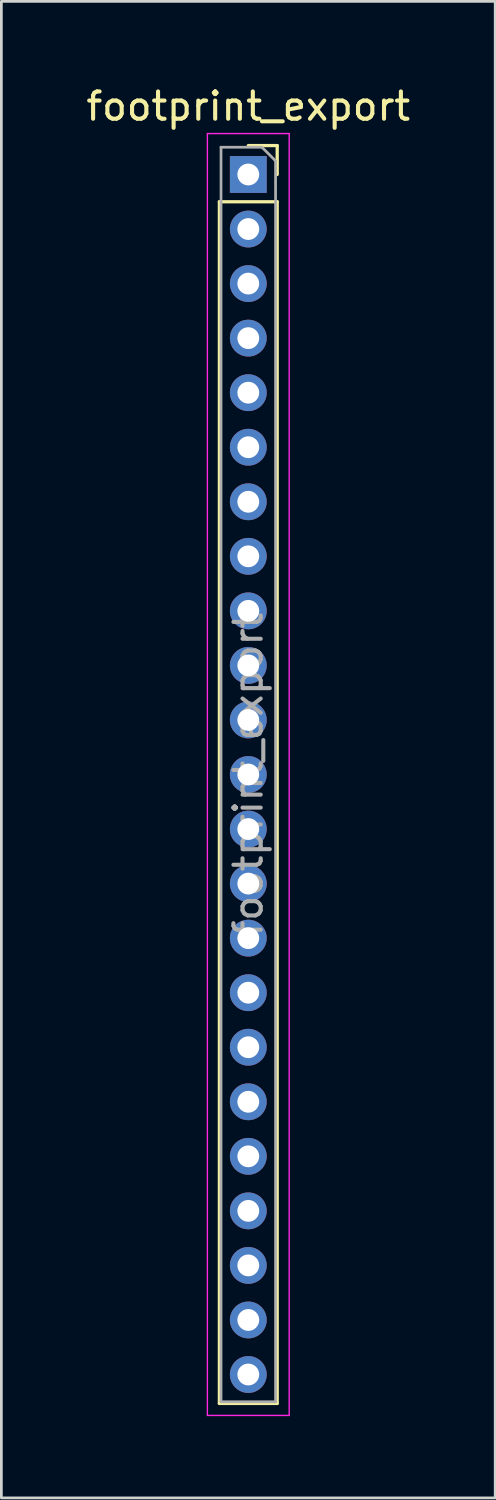
<source format=kicad_pcb>
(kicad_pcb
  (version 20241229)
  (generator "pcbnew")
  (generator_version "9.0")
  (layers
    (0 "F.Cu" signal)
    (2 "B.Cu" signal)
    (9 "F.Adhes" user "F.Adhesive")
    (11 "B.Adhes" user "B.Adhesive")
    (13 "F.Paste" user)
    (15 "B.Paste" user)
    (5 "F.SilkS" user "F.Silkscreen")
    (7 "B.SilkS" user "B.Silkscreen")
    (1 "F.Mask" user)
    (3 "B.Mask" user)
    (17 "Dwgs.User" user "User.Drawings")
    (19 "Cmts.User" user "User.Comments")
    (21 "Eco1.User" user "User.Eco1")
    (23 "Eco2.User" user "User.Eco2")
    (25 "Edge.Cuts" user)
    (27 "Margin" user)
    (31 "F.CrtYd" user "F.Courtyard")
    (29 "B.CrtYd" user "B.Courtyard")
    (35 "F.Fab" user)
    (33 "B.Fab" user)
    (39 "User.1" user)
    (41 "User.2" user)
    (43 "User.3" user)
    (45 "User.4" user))
  (footprint "footprint_export"
    (layer "F.Cu")
    (at 6.054 3.348)
    (property "Reference" "footprint_export" (at 0 -2.5 0) (layer "F.SilkS") (effects (font (size 1 1) (thickness 0.15))))
    (attr through_hole)
    (fp_line (start -1.06 1) (end -1.06 45.06) (stroke (width 0.12) (type solid)) (layer "F.SilkS"))
    (fp_line (start -1.06 1) (end 1.06 1) (stroke (width 0.12) (type solid)) (layer "F.SilkS"))
    (fp_line (start -1.06 45.06) (end 1.06 45.06) (stroke (width 0.12) (type solid)) (layer "F.SilkS"))
    (fp_line (start 0 -1.06) (end 1.06 -1.06) (stroke (width 0.12) (type solid)) (layer "F.SilkS"))
    (fp_line (start 1.06 -1.06) (end 1.06 0) (stroke (width 0.12) (type solid)) (layer "F.SilkS"))
    (fp_line (start 1.06 1) (end 1.06 45.06) (stroke (width 0.12) (type solid)) (layer "F.SilkS"))
    (fp_line (start -1.5 -1.5) (end 1.5 -1.5) (stroke (width 0.05) (type solid)) (layer "F.CrtYd"))
    (fp_line (start -1.5 45.5) (end -1.5 -1.5) (stroke (width 0.05) (type solid)) (layer "F.CrtYd"))
    (fp_line (start 1.5 -1.5) (end 1.5 45.5) (stroke (width 0.05) (type solid)) (layer "F.CrtYd"))
    (fp_line (start 1.5 45.5) (end -1.5 45.5) (stroke (width 0.05) (type solid)) (layer "F.CrtYd"))
    (fp_line (start -1 -1) (end 0.5 -1) (stroke (width 0.1) (type solid)) (layer "F.Fab"))
    (fp_line (start -1 45) (end -1 -1) (stroke (width 0.1) (type solid)) (layer "F.Fab"))
    (fp_line (start 0.5 -1) (end 1 -0.5) (stroke (width 0.1) (type solid)) (layer "F.Fab"))
    (fp_line (start 1 -0.5) (end 1 45) (stroke (width 0.1) (type solid)) (layer "F.Fab"))
    (fp_line (start 1 45) (end -1 45) (stroke (width 0.1) (type solid)) (layer "F.Fab"))
    (fp_text user "${REFERENCE}" (at 0 22 90) (layer "F.Fab") (effects (font (size 1 1) (thickness 0.15))))
    (pad "1" thru_hole rect (at 0 0) (size 1.35 1.35) (drill 0.8) (layers "*.Cu" "*.Mask"))
    (pad "2" thru_hole oval (at 0 2) (size 1.35 1.35) (drill 0.8) (layers "*.Cu" "*.Mask"))
    (pad "3" thru_hole oval (at 0 4) (size 1.35 1.35) (drill 0.8) (layers "*.Cu" "*.Mask"))
    (pad "4" thru_hole oval (at 0 6) (size 1.35 1.35) (drill 0.8) (layers "*.Cu" "*.Mask"))
    (pad "5" thru_hole oval (at 0 8) (size 1.35 1.35) (drill 0.8) (layers "*.Cu" "*.Mask"))
    (pad "6" thru_hole oval (at 0 10) (size 1.35 1.35) (drill 0.8) (layers "*.Cu" "*.Mask"))
    (pad "7" thru_hole oval (at 0 12) (size 1.35 1.35) (drill 0.8) (layers "*.Cu" "*.Mask"))
    (pad "8" thru_hole oval (at 0 14) (size 1.35 1.35) (drill 0.8) (layers "*.Cu" "*.Mask"))
    (pad "9" thru_hole oval (at 0 16) (size 1.35 1.35) (drill 0.8) (layers "*.Cu" "*.Mask"))
    (pad "10" thru_hole oval (at 0 18) (size 1.35 1.35) (drill 0.8) (layers "*.Cu" "*.Mask"))
    (pad "11" thru_hole oval (at 0 20) (size 1.35 1.35) (drill 0.8) (layers "*.Cu" "*.Mask"))
    (pad "12" thru_hole oval (at 0 22) (size 1.35 1.35) (drill 0.8) (layers "*.Cu" "*.Mask"))
    (pad "13" thru_hole oval (at 0 24) (size 1.35 1.35) (drill 0.8) (layers "*.Cu" "*.Mask"))
    (pad "14" thru_hole oval (at 0 26) (size 1.35 1.35) (drill 0.8) (layers "*.Cu" "*.Mask"))
    (pad "15" thru_hole oval (at 0 28) (size 1.35 1.35) (drill 0.8) (layers "*.Cu" "*.Mask"))
    (pad "16" thru_hole oval (at 0 30) (size 1.35 1.35) (drill 0.8) (layers "*.Cu" "*.Mask"))
    (pad "17" thru_hole oval (at 0 32) (size 1.35 1.35) (drill 0.8) (layers "*.Cu" "*.Mask"))
    (pad "18" thru_hole oval (at 0 34) (size 1.35 1.35) (drill 0.8) (layers "*.Cu" "*.Mask"))
    (pad "19" thru_hole oval (at 0 36) (size 1.35 1.35) (drill 0.8) (layers "*.Cu" "*.Mask"))
    (pad "20" thru_hole oval (at 0 38) (size 1.35 1.35) (drill 0.8) (layers "*.Cu" "*.Mask"))
    (pad "21" thru_hole oval (at 0 40) (size 1.35 1.35) (drill 0.8) (layers "*.Cu" "*.Mask"))
    (pad "22" thru_hole oval (at 0 42) (size 1.35 1.35) (drill 0.8) (layers "*.Cu" "*.Mask"))
    (pad "23" thru_hole oval (at 0 44) (size 1.35 1.35) (drill 0.8) (layers "*.Cu" "*.Mask")))
  (gr_rect
    (start -3 -3)
    (end 15.107 51.873)
    (stroke (width 0.1) (type default))
    (fill no)
    (layer "Edge.Cuts")))
</source>
